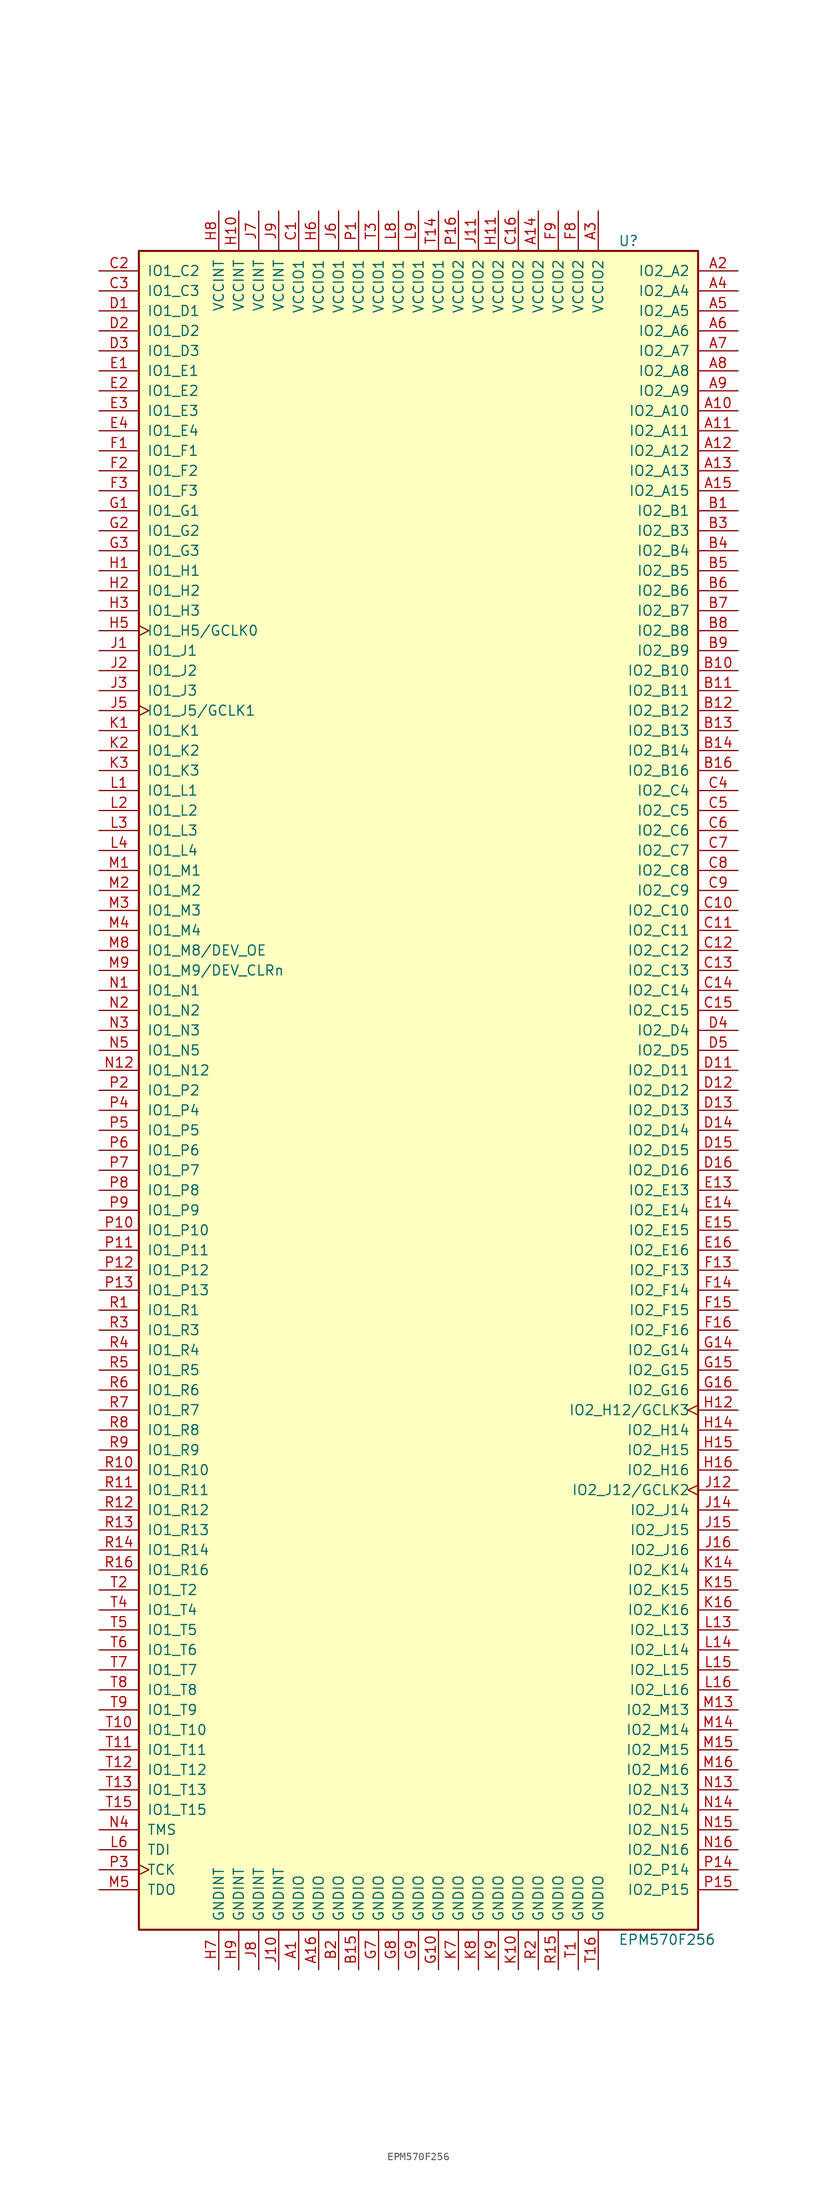
<source format=kicad_sym>
(kicad_symbol_lib
  (version 20201005)
  (generator kicad_symbol_editor)
  (symbol "EPM570F256"
    (pin_names
      (offset 1.016))
    (property "Reference" "U"
      (at 25.4 107.95 0)
      (effects (font (size 1.27 1.27)) (justify left)))
    (property "Value" "EPM570F256"
      (at 25.4 -107.95 0)
      (effects (font (size 1.27 1.27)) (justify left)))
    (property "ki_locked" ""
      (at 0 0 0)
      (effects (font (size 1.27 1.27))))
    (symbol "EPM570F256_1_1"
      (rectangle (start -35.56 106.68) (end 35.56 -106.68) (stroke (width 0.254)) (fill (type background)))
      (pin power_in line (at -15.24 -111.76 90) (length 5.08) (name "GNDIO" (effects (font (size 1.27 1.27)))) (number "A1" (effects (font (size 1.27 1.27)))))
      (pin bidirectional line (at 40.64 86.36 180) (length 5.08) (name "IO2_A10" (effects (font (size 1.27 1.27)))) (number "A10" (effects (font (size 1.27 1.27)))))
      (pin bidirectional line (at 40.64 83.82 180) (length 5.08) (name "IO2_A11" (effects (font (size 1.27 1.27)))) (number "A11" (effects (font (size 1.27 1.27)))))
      (pin bidirectional line (at 40.64 81.28 180) (length 5.08) (name "IO2_A12" (effects (font (size 1.27 1.27)))) (number "A12" (effects (font (size 1.27 1.27)))))
      (pin bidirectional line (at 40.64 78.74 180) (length 5.08) (name "IO2_A13" (effects (font (size 1.27 1.27)))) (number "A13" (effects (font (size 1.27 1.27)))))
      (pin power_in line (at 15.24 111.76 270) (length 5.08) (name "VCCIO2" (effects (font (size 1.27 1.27)))) (number "A14" (effects (font (size 1.27 1.27)))))
      (pin bidirectional line (at 40.64 76.2 180) (length 5.08) (name "IO2_A15" (effects (font (size 1.27 1.27)))) (number "A15" (effects (font (size 1.27 1.27)))))
      (pin power_in line (at -12.7 -111.76 90) (length 5.08) (name "GNDIO" (effects (font (size 1.27 1.27)))) (number "A16" (effects (font (size 1.27 1.27)))))
      (pin bidirectional line (at 40.64 104.14 180) (length 5.08) (name "IO2_A2" (effects (font (size 1.27 1.27)))) (number "A2" (effects (font (size 1.27 1.27)))))
      (pin power_in line (at 22.86 111.76 270) (length 5.08) (name "VCCIO2" (effects (font (size 1.27 1.27)))) (number "A3" (effects (font (size 1.27 1.27)))))
      (pin bidirectional line (at 40.64 101.6 180) (length 5.08) (name "IO2_A4" (effects (font (size 1.27 1.27)))) (number "A4" (effects (font (size 1.27 1.27)))))
      (pin bidirectional line (at 40.64 99.06 180) (length 5.08) (name "IO2_A5" (effects (font (size 1.27 1.27)))) (number "A5" (effects (font (size 1.27 1.27)))))
      (pin bidirectional line (at 40.64 96.52 180) (length 5.08) (name "IO2_A6" (effects (font (size 1.27 1.27)))) (number "A6" (effects (font (size 1.27 1.27)))))
      (pin bidirectional line (at 40.64 93.98 180) (length 5.08) (name "IO2_A7" (effects (font (size 1.27 1.27)))) (number "A7" (effects (font (size 1.27 1.27)))))
      (pin bidirectional line (at 40.64 91.44 180) (length 5.08) (name "IO2_A8" (effects (font (size 1.27 1.27)))) (number "A8" (effects (font (size 1.27 1.27)))))
      (pin bidirectional line (at 40.64 88.9 180) (length 5.08) (name "IO2_A9" (effects (font (size 1.27 1.27)))) (number "A9" (effects (font (size 1.27 1.27)))))
      (pin bidirectional line (at 40.64 73.66 180) (length 5.08) (name "IO2_B1" (effects (font (size 1.27 1.27)))) (number "B1" (effects (font (size 1.27 1.27)))))
      (pin bidirectional line (at 40.64 53.34 180) (length 5.08) (name "IO2_B10" (effects (font (size 1.27 1.27)))) (number "B10" (effects (font (size 1.27 1.27)))))
      (pin bidirectional line (at 40.64 50.8 180) (length 5.08) (name "IO2_B11" (effects (font (size 1.27 1.27)))) (number "B11" (effects (font (size 1.27 1.27)))))
      (pin bidirectional line (at 40.64 48.26 180) (length 5.08) (name "IO2_B12" (effects (font (size 1.27 1.27)))) (number "B12" (effects (font (size 1.27 1.27)))))
      (pin bidirectional line (at 40.64 45.72 180) (length 5.08) (name "IO2_B13" (effects (font (size 1.27 1.27)))) (number "B13" (effects (font (size 1.27 1.27)))))
      (pin bidirectional line (at 40.64 43.18 180) (length 5.08) (name "IO2_B14" (effects (font (size 1.27 1.27)))) (number "B14" (effects (font (size 1.27 1.27)))))
      (pin power_in line (at -7.62 -111.76 90) (length 5.08) (name "GNDIO" (effects (font (size 1.27 1.27)))) (number "B15" (effects (font (size 1.27 1.27)))))
      (pin bidirectional line (at 40.64 40.64 180) (length 5.08) (name "IO2_B16" (effects (font (size 1.27 1.27)))) (number "B16" (effects (font (size 1.27 1.27)))))
      (pin power_in line (at -10.16 -111.76 90) (length 5.08) (name "GNDIO" (effects (font (size 1.27 1.27)))) (number "B2" (effects (font (size 1.27 1.27)))))
      (pin bidirectional line (at 40.64 71.12 180) (length 5.08) (name "IO2_B3" (effects (font (size 1.27 1.27)))) (number "B3" (effects (font (size 1.27 1.27)))))
      (pin bidirectional line (at 40.64 68.58 180) (length 5.08) (name "IO2_B4" (effects (font (size 1.27 1.27)))) (number "B4" (effects (font (size 1.27 1.27)))))
      (pin bidirectional line (at 40.64 66.04 180) (length 5.08) (name "IO2_B5" (effects (font (size 1.27 1.27)))) (number "B5" (effects (font (size 1.27 1.27)))))
      (pin bidirectional line (at 40.64 63.5 180) (length 5.08) (name "IO2_B6" (effects (font (size 1.27 1.27)))) (number "B6" (effects (font (size 1.27 1.27)))))
      (pin bidirectional line (at 40.64 60.96 180) (length 5.08) (name "IO2_B7" (effects (font (size 1.27 1.27)))) (number "B7" (effects (font (size 1.27 1.27)))))
      (pin bidirectional line (at 40.64 58.42 180) (length 5.08) (name "IO2_B8" (effects (font (size 1.27 1.27)))) (number "B8" (effects (font (size 1.27 1.27)))))
      (pin bidirectional line (at 40.64 55.88 180) (length 5.08) (name "IO2_B9" (effects (font (size 1.27 1.27)))) (number "B9" (effects (font (size 1.27 1.27)))))
      (pin power_in line (at -15.24 111.76 270) (length 5.08) (name "VCCIO1" (effects (font (size 1.27 1.27)))) (number "C1" (effects (font (size 1.27 1.27)))))
      (pin bidirectional line (at 40.64 22.86 180) (length 5.08) (name "IO2_C10" (effects (font (size 1.27 1.27)))) (number "C10" (effects (font (size 1.27 1.27)))))
      (pin bidirectional line (at 40.64 20.32 180) (length 5.08) (name "IO2_C11" (effects (font (size 1.27 1.27)))) (number "C11" (effects (font (size 1.27 1.27)))))
      (pin bidirectional line (at 40.64 17.78 180) (length 5.08) (name "IO2_C12" (effects (font (size 1.27 1.27)))) (number "C12" (effects (font (size 1.27 1.27)))))
      (pin bidirectional line (at 40.64 15.24 180) (length 5.08) (name "IO2_C13" (effects (font (size 1.27 1.27)))) (number "C13" (effects (font (size 1.27 1.27)))))
      (pin bidirectional line (at 40.64 12.7 180) (length 5.08) (name "IO2_C14" (effects (font (size 1.27 1.27)))) (number "C14" (effects (font (size 1.27 1.27)))))
      (pin bidirectional line (at 40.64 10.16 180) (length 5.08) (name "IO2_C15" (effects (font (size 1.27 1.27)))) (number "C15" (effects (font (size 1.27 1.27)))))
      (pin power_in line (at 12.7 111.76 270) (length 5.08) (name "VCCIO2" (effects (font (size 1.27 1.27)))) (number "C16" (effects (font (size 1.27 1.27)))))
      (pin bidirectional line (at -40.64 104.14 0) (length 5.08) (name "IO1_C2" (effects (font (size 1.27 1.27)))) (number "C2" (effects (font (size 1.27 1.27)))))
      (pin bidirectional line (at -40.64 101.6 0) (length 5.08) (name "IO1_C3" (effects (font (size 1.27 1.27)))) (number "C3" (effects (font (size 1.27 1.27)))))
      (pin bidirectional line (at 40.64 38.1 180) (length 5.08) (name "IO2_C4" (effects (font (size 1.27 1.27)))) (number "C4" (effects (font (size 1.27 1.27)))))
      (pin bidirectional line (at 40.64 35.56 180) (length 5.08) (name "IO2_C5" (effects (font (size 1.27 1.27)))) (number "C5" (effects (font (size 1.27 1.27)))))
      (pin bidirectional line (at 40.64 33.02 180) (length 5.08) (name "IO2_C6" (effects (font (size 1.27 1.27)))) (number "C6" (effects (font (size 1.27 1.27)))))
      (pin bidirectional line (at 40.64 30.48 180) (length 5.08) (name "IO2_C7" (effects (font (size 1.27 1.27)))) (number "C7" (effects (font (size 1.27 1.27)))))
      (pin bidirectional line (at 40.64 27.94 180) (length 5.08) (name "IO2_C8" (effects (font (size 1.27 1.27)))) (number "C8" (effects (font (size 1.27 1.27)))))
      (pin bidirectional line (at 40.64 25.4 180) (length 5.08) (name "IO2_C9" (effects (font (size 1.27 1.27)))) (number "C9" (effects (font (size 1.27 1.27)))))
      (pin bidirectional line (at -40.64 99.06 0) (length 5.08) (name "IO1_D1" (effects (font (size 1.27 1.27)))) (number "D1" (effects (font (size 1.27 1.27)))))
      (pin bidirectional line (at 40.64 2.54 180) (length 5.08) (name "IO2_D11" (effects (font (size 1.27 1.27)))) (number "D11" (effects (font (size 1.27 1.27)))))
      (pin bidirectional line (at 40.64 0 180) (length 5.08) (name "IO2_D12" (effects (font (size 1.27 1.27)))) (number "D12" (effects (font (size 1.27 1.27)))))
      (pin bidirectional line (at 40.64 -2.54 180) (length 5.08) (name "IO2_D13" (effects (font (size 1.27 1.27)))) (number "D13" (effects (font (size 1.27 1.27)))))
      (pin bidirectional line (at 40.64 -5.08 180) (length 5.08) (name "IO2_D14" (effects (font (size 1.27 1.27)))) (number "D14" (effects (font (size 1.27 1.27)))))
      (pin bidirectional line (at 40.64 -7.62 180) (length 5.08) (name "IO2_D15" (effects (font (size 1.27 1.27)))) (number "D15" (effects (font (size 1.27 1.27)))))
      (pin bidirectional line (at 40.64 -10.16 180) (length 5.08) (name "IO2_D16" (effects (font (size 1.27 1.27)))) (number "D16" (effects (font (size 1.27 1.27)))))
      (pin bidirectional line (at -40.64 96.52 0) (length 5.08) (name "IO1_D2" (effects (font (size 1.27 1.27)))) (number "D2" (effects (font (size 1.27 1.27)))))
      (pin bidirectional line (at -40.64 93.98 0) (length 5.08) (name "IO1_D3" (effects (font (size 1.27 1.27)))) (number "D3" (effects (font (size 1.27 1.27)))))
      (pin bidirectional line (at 40.64 7.62 180) (length 5.08) (name "IO2_D4" (effects (font (size 1.27 1.27)))) (number "D4" (effects (font (size 1.27 1.27)))))
      (pin bidirectional line (at 40.64 5.08 180) (length 5.08) (name "IO2_D5" (effects (font (size 1.27 1.27)))) (number "D5" (effects (font (size 1.27 1.27)))))
      (pin bidirectional line (at -40.64 91.44 0) (length 5.08) (name "IO1_E1" (effects (font (size 1.27 1.27)))) (number "E1" (effects (font (size 1.27 1.27)))))
      (pin bidirectional line (at 40.64 -12.7 180) (length 5.08) (name "IO2_E13" (effects (font (size 1.27 1.27)))) (number "E13" (effects (font (size 1.27 1.27)))))
      (pin bidirectional line (at 40.64 -15.24 180) (length 5.08) (name "IO2_E14" (effects (font (size 1.27 1.27)))) (number "E14" (effects (font (size 1.27 1.27)))))
      (pin bidirectional line (at 40.64 -17.78 180) (length 5.08) (name "IO2_E15" (effects (font (size 1.27 1.27)))) (number "E15" (effects (font (size 1.27 1.27)))))
      (pin bidirectional line (at 40.64 -20.32 180) (length 5.08) (name "IO2_E16" (effects (font (size 1.27 1.27)))) (number "E16" (effects (font (size 1.27 1.27)))))
      (pin bidirectional line (at -40.64 88.9 0) (length 5.08) (name "IO1_E2" (effects (font (size 1.27 1.27)))) (number "E2" (effects (font (size 1.27 1.27)))))
      (pin bidirectional line (at -40.64 86.36 0) (length 5.08) (name "IO1_E3" (effects (font (size 1.27 1.27)))) (number "E3" (effects (font (size 1.27 1.27)))))
      (pin bidirectional line (at -40.64 83.82 0) (length 5.08) (name "IO1_E4" (effects (font (size 1.27 1.27)))) (number "E4" (effects (font (size 1.27 1.27)))))
      (pin bidirectional line (at -40.64 81.28 0) (length 5.08) (name "IO1_F1" (effects (font (size 1.27 1.27)))) (number "F1" (effects (font (size 1.27 1.27)))))
      (pin bidirectional line (at 40.64 -22.86 180) (length 5.08) (name "IO2_F13" (effects (font (size 1.27 1.27)))) (number "F13" (effects (font (size 1.27 1.27)))))
      (pin bidirectional line (at 40.64 -25.4 180) (length 5.08) (name "IO2_F14" (effects (font (size 1.27 1.27)))) (number "F14" (effects (font (size 1.27 1.27)))))
      (pin bidirectional line (at 40.64 -27.94 180) (length 5.08) (name "IO2_F15" (effects (font (size 1.27 1.27)))) (number "F15" (effects (font (size 1.27 1.27)))))
      (pin bidirectional line (at 40.64 -30.48 180) (length 5.08) (name "IO2_F16" (effects (font (size 1.27 1.27)))) (number "F16" (effects (font (size 1.27 1.27)))))
      (pin bidirectional line (at -40.64 78.74 0) (length 5.08) (name "IO1_F2" (effects (font (size 1.27 1.27)))) (number "F2" (effects (font (size 1.27 1.27)))))
      (pin bidirectional line (at -40.64 76.2 0) (length 5.08) (name "IO1_F3" (effects (font (size 1.27 1.27)))) (number "F3" (effects (font (size 1.27 1.27)))))
      (pin power_in line (at 20.32 111.76 270) (length 5.08) (name "VCCIO2" (effects (font (size 1.27 1.27)))) (number "F8" (effects (font (size 1.27 1.27)))))
      (pin power_in line (at 17.78 111.76 270) (length 5.08) (name "VCCIO2" (effects (font (size 1.27 1.27)))) (number "F9" (effects (font (size 1.27 1.27)))))
      (pin bidirectional line (at -40.64 73.66 0) (length 5.08) (name "IO1_G1" (effects (font (size 1.27 1.27)))) (number "G1" (effects (font (size 1.27 1.27)))))
      (pin power_in line (at 2.54 -111.76 90) (length 5.08) (name "GNDIO" (effects (font (size 1.27 1.27)))) (number "G10" (effects (font (size 1.27 1.27)))))
      (pin bidirectional line (at 40.64 -33.02 180) (length 5.08) (name "IO2_G14" (effects (font (size 1.27 1.27)))) (number "G14" (effects (font (size 1.27 1.27)))))
      (pin bidirectional line (at 40.64 -35.56 180) (length 5.08) (name "IO2_G15" (effects (font (size 1.27 1.27)))) (number "G15" (effects (font (size 1.27 1.27)))))
      (pin bidirectional line (at 40.64 -38.1 180) (length 5.08) (name "IO2_G16" (effects (font (size 1.27 1.27)))) (number "G16" (effects (font (size 1.27 1.27)))))
      (pin bidirectional line (at -40.64 71.12 0) (length 5.08) (name "IO1_G2" (effects (font (size 1.27 1.27)))) (number "G2" (effects (font (size 1.27 1.27)))))
      (pin bidirectional line (at -40.64 68.58 0) (length 5.08) (name "IO1_G3" (effects (font (size 1.27 1.27)))) (number "G3" (effects (font (size 1.27 1.27)))))
      (pin power_in line (at -5.08 -111.76 90) (length 5.08) (name "GNDIO" (effects (font (size 1.27 1.27)))) (number "G7" (effects (font (size 1.27 1.27)))))
      (pin power_in line (at -2.54 -111.76 90) (length 5.08) (name "GNDIO" (effects (font (size 1.27 1.27)))) (number "G8" (effects (font (size 1.27 1.27)))))
      (pin power_in line (at 0 -111.76 90) (length 5.08) (name "GNDIO" (effects (font (size 1.27 1.27)))) (number "G9" (effects (font (size 1.27 1.27)))))
      (pin bidirectional line (at -40.64 66.04 0) (length 5.08) (name "IO1_H1" (effects (font (size 1.27 1.27)))) (number "H1" (effects (font (size 1.27 1.27)))))
      (pin power_in line (at -22.86 111.76 270) (length 5.08) (name "VCCINT" (effects (font (size 1.27 1.27)))) (number "H10" (effects (font (size 1.27 1.27)))))
      (pin power_in line (at 10.16 111.76 270) (length 5.08) (name "VCCIO2" (effects (font (size 1.27 1.27)))) (number "H11" (effects (font (size 1.27 1.27)))))
      (pin bidirectional clock (at 40.64 -40.64 180) (length 5.08) (name "IO2_H12/GCLK3" (effects (font (size 1.27 1.27)))) (number "H12" (effects (font (size 1.27 1.27)))))
      (pin bidirectional line (at 40.64 -43.18 180) (length 5.08) (name "IO2_H14" (effects (font (size 1.27 1.27)))) (number "H14" (effects (font (size 1.27 1.27)))))
      (pin bidirectional line (at 40.64 -45.72 180) (length 5.08) (name "IO2_H15" (effects (font (size 1.27 1.27)))) (number "H15" (effects (font (size 1.27 1.27)))))
      (pin bidirectional line (at 40.64 -48.26 180) (length 5.08) (name "IO2_H16" (effects (font (size 1.27 1.27)))) (number "H16" (effects (font (size 1.27 1.27)))))
      (pin bidirectional line (at -40.64 63.5 0) (length 5.08) (name "IO1_H2" (effects (font (size 1.27 1.27)))) (number "H2" (effects (font (size 1.27 1.27)))))
      (pin bidirectional line (at -40.64 60.96 0) (length 5.08) (name "IO1_H3" (effects (font (size 1.27 1.27)))) (number "H3" (effects (font (size 1.27 1.27)))))
      (pin bidirectional clock (at -40.64 58.42 0) (length 5.08) (name "IO1_H5/GCLK0" (effects (font (size 1.27 1.27)))) (number "H5" (effects (font (size 1.27 1.27)))))
      (pin power_in line (at -12.7 111.76 270) (length 5.08) (name "VCCIO1" (effects (font (size 1.27 1.27)))) (number "H6" (effects (font (size 1.27 1.27)))))
      (pin power_in line (at -25.4 -111.76 90) (length 5.08) (name "GNDINT" (effects (font (size 1.27 1.27)))) (number "H7" (effects (font (size 1.27 1.27)))))
      (pin power_in line (at -25.4 111.76 270) (length 5.08) (name "VCCINT" (effects (font (size 1.27 1.27)))) (number "H8" (effects (font (size 1.27 1.27)))))
      (pin power_in line (at -22.86 -111.76 90) (length 5.08) (name "GNDINT" (effects (font (size 1.27 1.27)))) (number "H9" (effects (font (size 1.27 1.27)))))
      (pin bidirectional line (at -40.64 55.88 0) (length 5.08) (name "IO1_J1" (effects (font (size 1.27 1.27)))) (number "J1" (effects (font (size 1.27 1.27)))))
      (pin power_in line (at -17.78 -111.76 90) (length 5.08) (name "GNDINT" (effects (font (size 1.27 1.27)))) (number "J10" (effects (font (size 1.27 1.27)))))
      (pin power_in line (at 7.62 111.76 270) (length 5.08) (name "VCCIO2" (effects (font (size 1.27 1.27)))) (number "J11" (effects (font (size 1.27 1.27)))))
      (pin bidirectional clock (at 40.64 -50.8 180) (length 5.08) (name "IO2_J12/GCLK2" (effects (font (size 1.27 1.27)))) (number "J12" (effects (font (size 1.27 1.27)))))
      (pin bidirectional line (at 40.64 -53.34 180) (length 5.08) (name "IO2_J14" (effects (font (size 1.27 1.27)))) (number "J14" (effects (font (size 1.27 1.27)))))
      (pin bidirectional line (at 40.64 -55.88 180) (length 5.08) (name "IO2_J15" (effects (font (size 1.27 1.27)))) (number "J15" (effects (font (size 1.27 1.27)))))
      (pin bidirectional line (at 40.64 -58.42 180) (length 5.08) (name "IO2_J16" (effects (font (size 1.27 1.27)))) (number "J16" (effects (font (size 1.27 1.27)))))
      (pin bidirectional line (at -40.64 53.34 0) (length 5.08) (name "IO1_J2" (effects (font (size 1.27 1.27)))) (number "J2" (effects (font (size 1.27 1.27)))))
      (pin bidirectional line (at -40.64 50.8 0) (length 5.08) (name "IO1_J3" (effects (font (size 1.27 1.27)))) (number "J3" (effects (font (size 1.27 1.27)))))
      (pin bidirectional clock (at -40.64 48.26 0) (length 5.08) (name "IO1_J5/GCLK1" (effects (font (size 1.27 1.27)))) (number "J5" (effects (font (size 1.27 1.27)))))
      (pin power_in line (at -10.16 111.76 270) (length 5.08) (name "VCCIO1" (effects (font (size 1.27 1.27)))) (number "J6" (effects (font (size 1.27 1.27)))))
      (pin power_in line (at -20.32 111.76 270) (length 5.08) (name "VCCINT" (effects (font (size 1.27 1.27)))) (number "J7" (effects (font (size 1.27 1.27)))))
      (pin power_in line (at -20.32 -111.76 90) (length 5.08) (name "GNDINT" (effects (font (size 1.27 1.27)))) (number "J8" (effects (font (size 1.27 1.27)))))
      (pin power_in line (at -17.78 111.76 270) (length 5.08) (name "VCCINT" (effects (font (size 1.27 1.27)))) (number "J9" (effects (font (size 1.27 1.27)))))
      (pin bidirectional line (at -40.64 45.72 0) (length 5.08) (name "IO1_K1" (effects (font (size 1.27 1.27)))) (number "K1" (effects (font (size 1.27 1.27)))))
      (pin power_in line (at 12.7 -111.76 90) (length 5.08) (name "GNDIO" (effects (font (size 1.27 1.27)))) (number "K10" (effects (font (size 1.27 1.27)))))
      (pin bidirectional line (at 40.64 -60.96 180) (length 5.08) (name "IO2_K14" (effects (font (size 1.27 1.27)))) (number "K14" (effects (font (size 1.27 1.27)))))
      (pin bidirectional line (at 40.64 -63.5 180) (length 5.08) (name "IO2_K15" (effects (font (size 1.27 1.27)))) (number "K15" (effects (font (size 1.27 1.27)))))
      (pin bidirectional line (at 40.64 -66.04 180) (length 5.08) (name "IO2_K16" (effects (font (size 1.27 1.27)))) (number "K16" (effects (font (size 1.27 1.27)))))
      (pin bidirectional line (at -40.64 43.18 0) (length 5.08) (name "IO1_K2" (effects (font (size 1.27 1.27)))) (number "K2" (effects (font (size 1.27 1.27)))))
      (pin bidirectional line (at -40.64 40.64 0) (length 5.08) (name "IO1_K3" (effects (font (size 1.27 1.27)))) (number "K3" (effects (font (size 1.27 1.27)))))
      (pin power_in line (at 5.08 -111.76 90) (length 5.08) (name "GNDIO" (effects (font (size 1.27 1.27)))) (number "K7" (effects (font (size 1.27 1.27)))))
      (pin power_in line (at 7.62 -111.76 90) (length 5.08) (name "GNDIO" (effects (font (size 1.27 1.27)))) (number "K8" (effects (font (size 1.27 1.27)))))
      (pin power_in line (at 10.16 -111.76 90) (length 5.08) (name "GNDIO" (effects (font (size 1.27 1.27)))) (number "K9" (effects (font (size 1.27 1.27)))))
      (pin bidirectional line (at -40.64 38.1 0) (length 5.08) (name "IO1_L1" (effects (font (size 1.27 1.27)))) (number "L1" (effects (font (size 1.27 1.27)))))
      (pin bidirectional line (at 40.64 -68.58 180) (length 5.08) (name "IO2_L13" (effects (font (size 1.27 1.27)))) (number "L13" (effects (font (size 1.27 1.27)))))
      (pin bidirectional line (at 40.64 -71.12 180) (length 5.08) (name "IO2_L14" (effects (font (size 1.27 1.27)))) (number "L14" (effects (font (size 1.27 1.27)))))
      (pin bidirectional line (at 40.64 -73.66 180) (length 5.08) (name "IO2_L15" (effects (font (size 1.27 1.27)))) (number "L15" (effects (font (size 1.27 1.27)))))
      (pin bidirectional line (at 40.64 -76.2 180) (length 5.08) (name "IO2_L16" (effects (font (size 1.27 1.27)))) (number "L16" (effects (font (size 1.27 1.27)))))
      (pin bidirectional line (at -40.64 35.56 0) (length 5.08) (name "IO1_L2" (effects (font (size 1.27 1.27)))) (number "L2" (effects (font (size 1.27 1.27)))))
      (pin bidirectional line (at -40.64 33.02 0) (length 5.08) (name "IO1_L3" (effects (font (size 1.27 1.27)))) (number "L3" (effects (font (size 1.27 1.27)))))
      (pin bidirectional line (at -40.64 30.48 0) (length 5.08) (name "IO1_L4" (effects (font (size 1.27 1.27)))) (number "L4" (effects (font (size 1.27 1.27)))))
      (pin input line (at -40.64 -96.52 0) (length 5.08) (name "TDI" (effects (font (size 1.27 1.27)))) (number "L6" (effects (font (size 1.27 1.27)))))
      (pin power_in line (at -2.54 111.76 270) (length 5.08) (name "VCCIO1" (effects (font (size 1.27 1.27)))) (number "L8" (effects (font (size 1.27 1.27)))))
      (pin power_in line (at 0 111.76 270) (length 5.08) (name "VCCIO1" (effects (font (size 1.27 1.27)))) (number "L9" (effects (font (size 1.27 1.27)))))
      (pin bidirectional line (at -40.64 27.94 0) (length 5.08) (name "IO1_M1" (effects (font (size 1.27 1.27)))) (number "M1" (effects (font (size 1.27 1.27)))))
      (pin bidirectional line (at 40.64 -78.74 180) (length 5.08) (name "IO2_M13" (effects (font (size 1.27 1.27)))) (number "M13" (effects (font (size 1.27 1.27)))))
      (pin bidirectional line (at 40.64 -81.28 180) (length 5.08) (name "IO2_M14" (effects (font (size 1.27 1.27)))) (number "M14" (effects (font (size 1.27 1.27)))))
      (pin bidirectional line (at 40.64 -83.82 180) (length 5.08) (name "IO2_M15" (effects (font (size 1.27 1.27)))) (number "M15" (effects (font (size 1.27 1.27)))))
      (pin bidirectional line (at 40.64 -86.36 180) (length 5.08) (name "IO2_M16" (effects (font (size 1.27 1.27)))) (number "M16" (effects (font (size 1.27 1.27)))))
      (pin bidirectional line (at -40.64 25.4 0) (length 5.08) (name "IO1_M2" (effects (font (size 1.27 1.27)))) (number "M2" (effects (font (size 1.27 1.27)))))
      (pin bidirectional line (at -40.64 22.86 0) (length 5.08) (name "IO1_M3" (effects (font (size 1.27 1.27)))) (number "M3" (effects (font (size 1.27 1.27)))))
      (pin bidirectional line (at -40.64 20.32 0) (length 5.08) (name "IO1_M4" (effects (font (size 1.27 1.27)))) (number "M4" (effects (font (size 1.27 1.27)))))
      (pin output line (at -40.64 -101.6 0) (length 5.08) (name "TDO" (effects (font (size 1.27 1.27)))) (number "M5" (effects (font (size 1.27 1.27)))))
      (pin bidirectional line (at -40.64 17.78 0) (length 5.08) (name "IO1_M8/DEV_OE" (effects (font (size 1.27 1.27)))) (number "M8" (effects (font (size 1.27 1.27)))))
      (pin bidirectional line (at -40.64 15.24 0) (length 5.08) (name "IO1_M9/DEV_CLRn" (effects (font (size 1.27 1.27)))) (number "M9" (effects (font (size 1.27 1.27)))))
      (pin bidirectional line (at -40.64 12.7 0) (length 5.08) (name "IO1_N1" (effects (font (size 1.27 1.27)))) (number "N1" (effects (font (size 1.27 1.27)))))
      (pin bidirectional line (at -40.64 2.54 0) (length 5.08) (name "IO1_N12" (effects (font (size 1.27 1.27)))) (number "N12" (effects (font (size 1.27 1.27)))))
      (pin bidirectional line (at 40.64 -88.9 180) (length 5.08) (name "IO2_N13" (effects (font (size 1.27 1.27)))) (number "N13" (effects (font (size 1.27 1.27)))))
      (pin bidirectional line (at 40.64 -91.44 180) (length 5.08) (name "IO2_N14" (effects (font (size 1.27 1.27)))) (number "N14" (effects (font (size 1.27 1.27)))))
      (pin bidirectional line (at 40.64 -93.98 180) (length 5.08) (name "IO2_N15" (effects (font (size 1.27 1.27)))) (number "N15" (effects (font (size 1.27 1.27)))))
      (pin bidirectional line (at 40.64 -96.52 180) (length 5.08) (name "IO2_N16" (effects (font (size 1.27 1.27)))) (number "N16" (effects (font (size 1.27 1.27)))))
      (pin bidirectional line (at -40.64 10.16 0) (length 5.08) (name "IO1_N2" (effects (font (size 1.27 1.27)))) (number "N2" (effects (font (size 1.27 1.27)))))
      (pin bidirectional line (at -40.64 7.62 0) (length 5.08) (name "IO1_N3" (effects (font (size 1.27 1.27)))) (number "N3" (effects (font (size 1.27 1.27)))))
      (pin input line (at -40.64 -93.98 0) (length 5.08) (name "TMS" (effects (font (size 1.27 1.27)))) (number "N4" (effects (font (size 1.27 1.27)))))
      (pin bidirectional line (at -40.64 5.08 0) (length 5.08) (name "IO1_N5" (effects (font (size 1.27 1.27)))) (number "N5" (effects (font (size 1.27 1.27)))))
      (pin power_in line (at -7.62 111.76 270) (length 5.08) (name "VCCIO1" (effects (font (size 1.27 1.27)))) (number "P1" (effects (font (size 1.27 1.27)))))
      (pin bidirectional line (at -40.64 -17.78 0) (length 5.08) (name "IO1_P10" (effects (font (size 1.27 1.27)))) (number "P10" (effects (font (size 1.27 1.27)))))
      (pin bidirectional line (at -40.64 -20.32 0) (length 5.08) (name "IO1_P11" (effects (font (size 1.27 1.27)))) (number "P11" (effects (font (size 1.27 1.27)))))
      (pin bidirectional line (at -40.64 -22.86 0) (length 5.08) (name "IO1_P12" (effects (font (size 1.27 1.27)))) (number "P12" (effects (font (size 1.27 1.27)))))
      (pin bidirectional line (at -40.64 -25.4 0) (length 5.08) (name "IO1_P13" (effects (font (size 1.27 1.27)))) (number "P13" (effects (font (size 1.27 1.27)))))
      (pin bidirectional line (at 40.64 -99.06 180) (length 5.08) (name "IO2_P14" (effects (font (size 1.27 1.27)))) (number "P14" (effects (font (size 1.27 1.27)))))
      (pin bidirectional line (at 40.64 -101.6 180) (length 5.08) (name "IO2_P15" (effects (font (size 1.27 1.27)))) (number "P15" (effects (font (size 1.27 1.27)))))
      (pin power_in line (at 5.08 111.76 270) (length 5.08) (name "VCCIO2" (effects (font (size 1.27 1.27)))) (number "P16" (effects (font (size 1.27 1.27)))))
      (pin bidirectional line (at -40.64 0 0) (length 5.08) (name "IO1_P2" (effects (font (size 1.27 1.27)))) (number "P2" (effects (font (size 1.27 1.27)))))
      (pin input clock (at -40.64 -99.06 0) (length 5.08) (name "TCK" (effects (font (size 1.27 1.27)))) (number "P3" (effects (font (size 1.27 1.27)))))
      (pin bidirectional line (at -40.64 -2.54 0) (length 5.08) (name "IO1_P4" (effects (font (size 1.27 1.27)))) (number "P4" (effects (font (size 1.27 1.27)))))
      (pin bidirectional line (at -40.64 -5.08 0) (length 5.08) (name "IO1_P5" (effects (font (size 1.27 1.27)))) (number "P5" (effects (font (size 1.27 1.27)))))
      (pin bidirectional line (at -40.64 -7.62 0) (length 5.08) (name "IO1_P6" (effects (font (size 1.27 1.27)))) (number "P6" (effects (font (size 1.27 1.27)))))
      (pin bidirectional line (at -40.64 -10.16 0) (length 5.08) (name "IO1_P7" (effects (font (size 1.27 1.27)))) (number "P7" (effects (font (size 1.27 1.27)))))
      (pin bidirectional line (at -40.64 -12.7 0) (length 5.08) (name "IO1_P8" (effects (font (size 1.27 1.27)))) (number "P8" (effects (font (size 1.27 1.27)))))
      (pin bidirectional line (at -40.64 -15.24 0) (length 5.08) (name "IO1_P9" (effects (font (size 1.27 1.27)))) (number "P9" (effects (font (size 1.27 1.27)))))
      (pin bidirectional line (at -40.64 -27.94 0) (length 5.08) (name "IO1_R1" (effects (font (size 1.27 1.27)))) (number "R1" (effects (font (size 1.27 1.27)))))
      (pin bidirectional line (at -40.64 -48.26 0) (length 5.08) (name "IO1_R10" (effects (font (size 1.27 1.27)))) (number "R10" (effects (font (size 1.27 1.27)))))
      (pin bidirectional line (at -40.64 -50.8 0) (length 5.08) (name "IO1_R11" (effects (font (size 1.27 1.27)))) (number "R11" (effects (font (size 1.27 1.27)))))
      (pin bidirectional line (at -40.64 -53.34 0) (length 5.08) (name "IO1_R12" (effects (font (size 1.27 1.27)))) (number "R12" (effects (font (size 1.27 1.27)))))
      (pin bidirectional line (at -40.64 -55.88 0) (length 5.08) (name "IO1_R13" (effects (font (size 1.27 1.27)))) (number "R13" (effects (font (size 1.27 1.27)))))
      (pin bidirectional line (at -40.64 -58.42 0) (length 5.08) (name "IO1_R14" (effects (font (size 1.27 1.27)))) (number "R14" (effects (font (size 1.27 1.27)))))
      (pin power_in line (at 17.78 -111.76 90) (length 5.08) (name "GNDIO" (effects (font (size 1.27 1.27)))) (number "R15" (effects (font (size 1.27 1.27)))))
      (pin bidirectional line (at -40.64 -60.96 0) (length 5.08) (name "IO1_R16" (effects (font (size 1.27 1.27)))) (number "R16" (effects (font (size 1.27 1.27)))))
      (pin power_in line (at 15.24 -111.76 90) (length 5.08) (name "GNDIO" (effects (font (size 1.27 1.27)))) (number "R2" (effects (font (size 1.27 1.27)))))
      (pin bidirectional line (at -40.64 -30.48 0) (length 5.08) (name "IO1_R3" (effects (font (size 1.27 1.27)))) (number "R3" (effects (font (size 1.27 1.27)))))
      (pin bidirectional line (at -40.64 -33.02 0) (length 5.08) (name "IO1_R4" (effects (font (size 1.27 1.27)))) (number "R4" (effects (font (size 1.27 1.27)))))
      (pin bidirectional line (at -40.64 -35.56 0) (length 5.08) (name "IO1_R5" (effects (font (size 1.27 1.27)))) (number "R5" (effects (font (size 1.27 1.27)))))
      (pin bidirectional line (at -40.64 -38.1 0) (length 5.08) (name "IO1_R6" (effects (font (size 1.27 1.27)))) (number "R6" (effects (font (size 1.27 1.27)))))
      (pin bidirectional line (at -40.64 -40.64 0) (length 5.08) (name "IO1_R7" (effects (font (size 1.27 1.27)))) (number "R7" (effects (font (size 1.27 1.27)))))
      (pin bidirectional line (at -40.64 -43.18 0) (length 5.08) (name "IO1_R8" (effects (font (size 1.27 1.27)))) (number "R8" (effects (font (size 1.27 1.27)))))
      (pin bidirectional line (at -40.64 -45.72 0) (length 5.08) (name "IO1_R9" (effects (font (size 1.27 1.27)))) (number "R9" (effects (font (size 1.27 1.27)))))
      (pin power_in line (at 20.32 -111.76 90) (length 5.08) (name "GNDIO" (effects (font (size 1.27 1.27)))) (number "T1" (effects (font (size 1.27 1.27)))))
      (pin bidirectional line (at -40.64 -81.28 0) (length 5.08) (name "IO1_T10" (effects (font (size 1.27 1.27)))) (number "T10" (effects (font (size 1.27 1.27)))))
      (pin bidirectional line (at -40.64 -83.82 0) (length 5.08) (name "IO1_T11" (effects (font (size 1.27 1.27)))) (number "T11" (effects (font (size 1.27 1.27)))))
      (pin bidirectional line (at -40.64 -86.36 0) (length 5.08) (name "IO1_T12" (effects (font (size 1.27 1.27)))) (number "T12" (effects (font (size 1.27 1.27)))))
      (pin bidirectional line (at -40.64 -88.9 0) (length 5.08) (name "IO1_T13" (effects (font (size 1.27 1.27)))) (number "T13" (effects (font (size 1.27 1.27)))))
      (pin power_in line (at 2.54 111.76 270) (length 5.08) (name "VCCIO1" (effects (font (size 1.27 1.27)))) (number "T14" (effects (font (size 1.27 1.27)))))
      (pin bidirectional line (at -40.64 -91.44 0) (length 5.08) (name "IO1_T15" (effects (font (size 1.27 1.27)))) (number "T15" (effects (font (size 1.27 1.27)))))
      (pin power_in line (at 22.86 -111.76 90) (length 5.08) (name "GNDIO" (effects (font (size 1.27 1.27)))) (number "T16" (effects (font (size 1.27 1.27)))))
      (pin bidirectional line (at -40.64 -63.5 0) (length 5.08) (name "IO1_T2" (effects (font (size 1.27 1.27)))) (number "T2" (effects (font (size 1.27 1.27)))))
      (pin power_in line (at -5.08 111.76 270) (length 5.08) (name "VCCIO1" (effects (font (size 1.27 1.27)))) (number "T3" (effects (font (size 1.27 1.27)))))
      (pin bidirectional line (at -40.64 -66.04 0) (length 5.08) (name "IO1_T4" (effects (font (size 1.27 1.27)))) (number "T4" (effects (font (size 1.27 1.27)))))
      (pin bidirectional line (at -40.64 -68.58 0) (length 5.08) (name "IO1_T5" (effects (font (size 1.27 1.27)))) (number "T5" (effects (font (size 1.27 1.27)))))
      (pin bidirectional line (at -40.64 -71.12 0) (length 5.08) (name "IO1_T6" (effects (font (size 1.27 1.27)))) (number "T6" (effects (font (size 1.27 1.27)))))
      (pin bidirectional line (at -40.64 -73.66 0) (length 5.08) (name "IO1_T7" (effects (font (size 1.27 1.27)))) (number "T7" (effects (font (size 1.27 1.27)))))
      (pin bidirectional line (at -40.64 -76.2 0) (length 5.08) (name "IO1_T8" (effects (font (size 1.27 1.27)))) (number "T8" (effects (font (size 1.27 1.27)))))
      (pin bidirectional line (at -40.64 -78.74 0) (length 5.08) (name "IO1_T9" (effects (font (size 1.27 1.27)))) (number "T9" (effects (font (size 1.27 1.27))))))))
</source>
